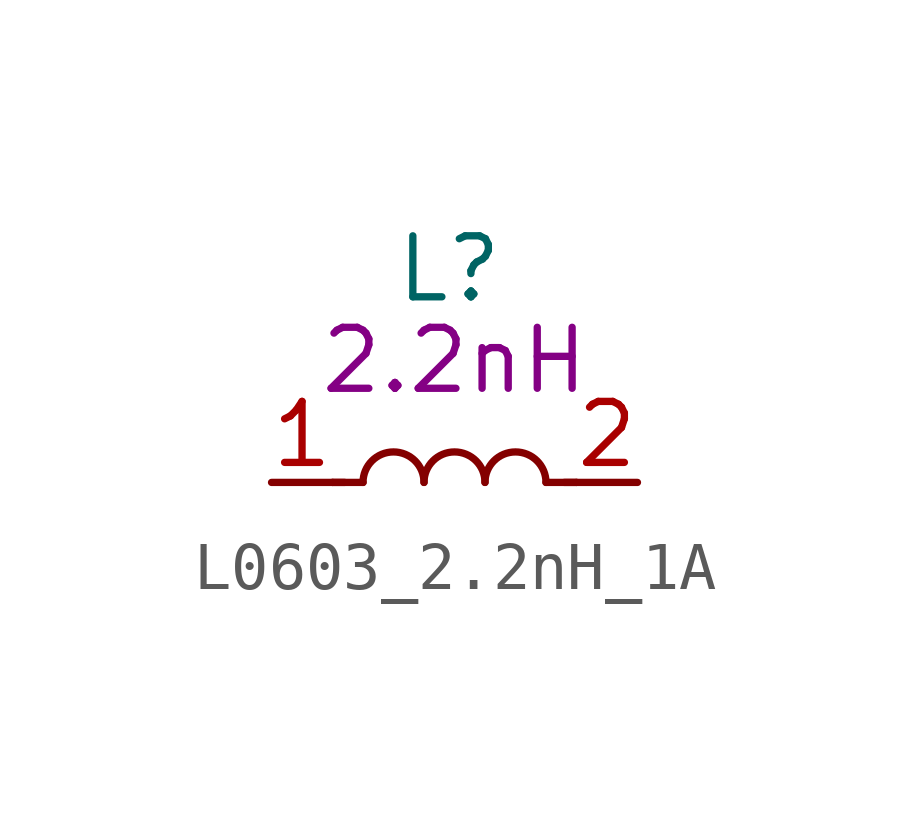
<source format=kicad_sym>
(kicad_symbol_lib
  (version 20211014)
  (generator kicad_symbol_editor)
  (symbol "L0603_2.2nH_1A"
    (pin_names
      (offset 1.016))
    (property "Reference" "L"
      (at -1.27 4.445 0)
      (effects (font (size 1.27 1.27)) (justify left)))
    (property "Symbol" "2.2nH"
      (at 0 2.54 0)
      (effects (font (size 1.27 1.27))))
    (symbol "L0603_2.2nH_1A_1_1"
      (arc (start -0.635 0) (mid -1.27 0.635) (end -1.905 0) (stroke (width 0) (type default) (color 0 0 0 0)) (fill (type none)))
      (polyline (pts (xy -2.286 0) (xy -2.54 0)) (stroke (width 0) (type default) (color 0 0 0 0)) (fill (type none)))
      (polyline (pts (xy -1.905 0) (xy -2.54 0)) (stroke (width 0) (type default) (color 0 0 0 0)) (fill (type none)))
      (polyline (pts (xy 1.905 0) (xy 2.54 0)) (stroke (width 0) (type default) (color 0 0 0 0)) (fill (type none)))
      (polyline (pts (xy 2.286 0) (xy 2.54 0)) (stroke (width 0) (type default) (color 0 0 0 0)) (fill (type none)))
      (arc (start 0.635 0) (mid 0 0.635) (end -0.635 0) (stroke (width 0) (type default) (color 0 0 0 0)) (fill (type none)))
      (arc (start 1.905 0) (mid 1.27 0.635) (end 0.635 0) (stroke (width 0) (type default) (color 0 0 0 0)) (fill (type none)))
      (pin passive line (at -3.81 0 0) (length 1.27) (name "~" (effects (font (size 1.27 1.27)))) (number "1" (effects (font (size 1.27 1.27)))))
      (pin passive line (at 3.81 0 180) (length 1.27) (name "~" (effects (font (size 1.27 1.27)))) (number "2" (effects (font (size 1.27 1.27))))))))
</source>
